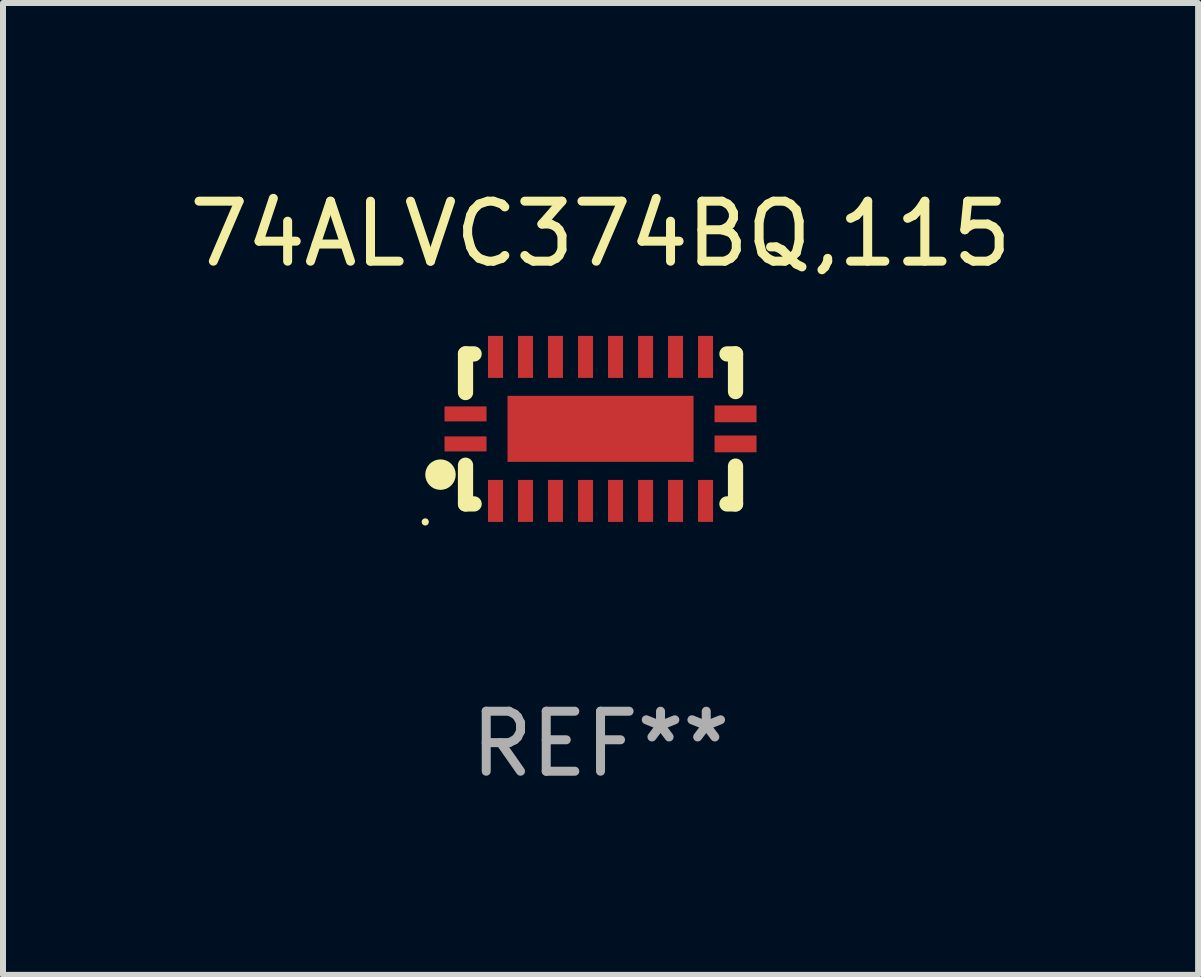
<source format=kicad_pcb>
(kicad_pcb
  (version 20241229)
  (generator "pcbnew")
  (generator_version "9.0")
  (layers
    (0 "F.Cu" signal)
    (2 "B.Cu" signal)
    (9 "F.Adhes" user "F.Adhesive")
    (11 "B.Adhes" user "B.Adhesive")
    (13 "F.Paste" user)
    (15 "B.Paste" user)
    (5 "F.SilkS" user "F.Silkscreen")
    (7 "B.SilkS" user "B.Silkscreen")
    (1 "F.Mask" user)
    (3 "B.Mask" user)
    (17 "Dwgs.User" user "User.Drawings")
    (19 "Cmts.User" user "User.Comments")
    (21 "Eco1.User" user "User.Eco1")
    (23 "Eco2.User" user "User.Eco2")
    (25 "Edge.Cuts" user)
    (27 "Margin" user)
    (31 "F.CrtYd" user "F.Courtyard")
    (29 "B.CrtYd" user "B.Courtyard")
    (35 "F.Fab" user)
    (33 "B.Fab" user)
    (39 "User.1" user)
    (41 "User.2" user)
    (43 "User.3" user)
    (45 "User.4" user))
  (footprint "74ALVC374BQ,115"
    (layer "F.Cu")
    (at 6.958 4.098)
    (property "Reference" "74ALVC374BQ,115" (at 0 -3.25 0) (layer "F.SilkS") (effects (font (size 1 1) (thickness 0.15))))
    (attr through_hole)
    (fp_line (start -2.25 0.605) (end -2.25 1.25) (stroke (width 0.254) (type solid)) (layer "F.SilkS"))
    (fp_line (start -2.25 1.25) (end -2.107 1.25) (stroke (width 0.254) (type solid)) (layer "F.SilkS"))
    (fp_line (start -2.25 -1.25) (end -2.25 -0.606) (stroke (width 0.254) (type solid)) (layer "F.SilkS"))
    (fp_line (start -2.25 -1.25) (end -2.107 -1.25) (stroke (width 0.254) (type solid)) (layer "F.SilkS"))
    (fp_line (start 2.107 -1.25) (end 2.25 -1.25) (stroke (width 0.254) (type solid)) (layer "F.SilkS"))
    (fp_line (start 2.107 1.25) (end 2.25 1.25) (stroke (width 0.254) (type solid)) (layer "F.SilkS"))
    (fp_line (start 2.25 -1.25) (end 2.25 -0.622) (stroke (width 0.254) (type solid)) (layer "F.SilkS"))
    (fp_line (start 2.25 0.62) (end 2.25 1.25) (stroke (width 0.254) (type solid)) (layer "F.SilkS"))
    (fp_circle (center -2.921 1.55) (end -2.891 1.55) (stroke (width 0.06) (type solid)) (fill no) (layer "F.SilkS"))
    (fp_circle (center -2.667 0.762) (end -2.54 0.762) (stroke (width 0.254) (type solid)) (fill no) (layer "F.SilkS"))
    (fp_text user "REF**" (at 0 5.25 0) (layer "F.Fab") (effects (font (size 1 1) (thickness 0.15))))
    (pad "1" smd rect (at -2.25 0.25 180) (size 0.7 0.25) (layers "F.Cu" "F.Mask" "F.Paste"))
    (pad "2" smd rect (at -1.75 1.2 90) (size 0.7 0.25) (layers "F.Cu" "F.Mask" "F.Paste"))
    (pad "3" smd rect (at -1.25 1.2 90) (size 0.7 0.25) (layers "F.Cu" "F.Mask" "F.Paste"))
    (pad "4" smd rect (at -0.751 1.2 90) (size 0.7 0.25) (layers "F.Cu" "F.Mask" "F.Paste"))
    (pad "5" smd rect (at -0.25 1.2 90) (size 0.7 0.25) (layers "F.Cu" "F.Mask" "F.Paste"))
    (pad "6" smd rect (at 0.25 1.2 90) (size 0.7 0.25) (layers "F.Cu" "F.Mask" "F.Paste"))
    (pad "7" smd rect (at 0.751 1.2 90) (size 0.7 0.25) (layers "F.Cu" "F.Mask" "F.Paste"))
    (pad "8" smd rect (at 1.25 1.2 90) (size 0.7 0.25) (layers "F.Cu" "F.Mask" "F.Paste"))
    (pad "9" smd rect (at 1.75 1.2 90) (size 0.7 0.25) (layers "F.Cu" "F.Mask" "F.Paste"))
    (pad "10" smd rect (at 2.25 0.25 180) (size 0.7 0.28) (layers "F.Cu" "F.Mask" "F.Paste"))
    (pad "11" smd rect (at 2.25 -0.251 180) (size 0.7 0.28) (layers "F.Cu" "F.Mask" "F.Paste"))
    (pad "12" smd rect (at 1.75 -1.2 90) (size 0.7 0.25) (layers "F.Cu" "F.Mask" "F.Paste"))
    (pad "13" smd rect (at 1.25 -1.2 90) (size 0.7 0.25) (layers "F.Cu" "F.Mask" "F.Paste"))
    (pad "14" smd rect (at 0.751 -1.2 90) (size 0.7 0.25) (layers "F.Cu" "F.Mask" "F.Paste"))
    (pad "15" smd rect (at 0.25 -1.2 90) (size 0.7 0.25) (layers "F.Cu" "F.Mask" "F.Paste"))
    (pad "16" smd rect (at -0.25 -1.2 90) (size 0.7 0.25) (layers "F.Cu" "F.Mask" "F.Paste"))
    (pad "17" smd rect (at -0.751 -1.2 90) (size 0.7 0.25) (layers "F.Cu" "F.Mask" "F.Paste"))
    (pad "18" smd rect (at -1.25 -1.2 90) (size 0.7 0.25) (layers "F.Cu" "F.Mask" "F.Paste"))
    (pad "19" smd rect (at -1.75 -1.2 90) (size 0.7 0.25) (layers "F.Cu" "F.Mask" "F.Paste"))
    (pad "20" smd rect (at -2.25 -0.25 180) (size 0.7 0.25) (layers "F.Cu" "F.Mask" "F.Paste"))
    (pad "21" smd rect (at 0 -0.001 180) (size 3.1 1.1) (layers "F.Cu" "F.Mask" "F.Paste")))
  (gr_rect
    (start -3 -3)
    (end 16.917 13.197)
    (stroke (width 0.1) (type default))
    (fill no)
    (layer "Edge.Cuts")))
</source>
